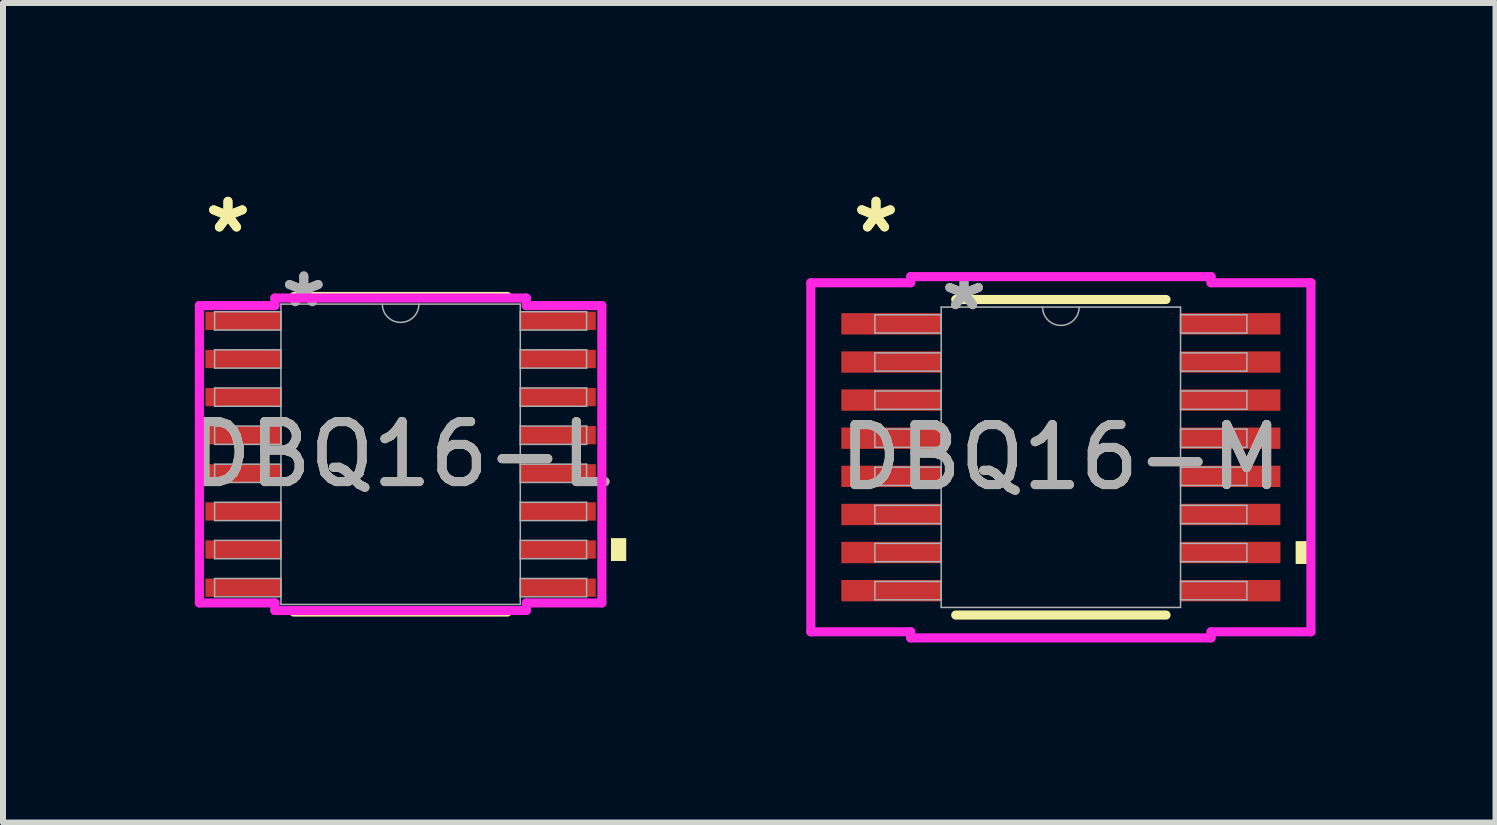
<source format=kicad_pcb>
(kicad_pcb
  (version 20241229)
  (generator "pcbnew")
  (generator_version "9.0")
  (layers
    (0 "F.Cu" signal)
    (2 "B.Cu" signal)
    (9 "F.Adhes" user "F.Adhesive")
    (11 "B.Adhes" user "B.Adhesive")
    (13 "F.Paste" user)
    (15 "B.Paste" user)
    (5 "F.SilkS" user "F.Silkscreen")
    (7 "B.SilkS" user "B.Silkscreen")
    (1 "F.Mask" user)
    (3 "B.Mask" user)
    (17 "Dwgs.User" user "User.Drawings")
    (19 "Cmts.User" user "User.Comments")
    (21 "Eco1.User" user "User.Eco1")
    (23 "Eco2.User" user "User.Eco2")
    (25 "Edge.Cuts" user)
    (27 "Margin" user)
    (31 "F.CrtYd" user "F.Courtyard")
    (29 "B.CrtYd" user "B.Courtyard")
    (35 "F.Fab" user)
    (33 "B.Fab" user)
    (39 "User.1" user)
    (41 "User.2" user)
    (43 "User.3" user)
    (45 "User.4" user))
  (footprint "DBQ16-L"
    (layer "F.Cu")
    (at 3.625 4.519)
    (property "Reference" "DBQ16-L" (at 0 0 0) (unlocked yes) (layer "F.SilkS") (effects (font (size 1 1) (thickness 0.15))))
    (attr smd)
    (fp_line (start -1.779 2.629) (end 1.779 2.629) (stroke (width 0.152) (type solid)) (layer "F.SilkS"))
    (fp_line (start 1.779 -2.629) (end -1.779 -2.629) (stroke (width 0.152) (type solid)) (layer "F.SilkS"))
    (fp_poly (pts (xy 3.759 1.397) (xy 3.759 1.778) (xy 3.505 1.778) (xy 3.505 1.397)) (stroke (width 0) (type solid)) (fill yes) (layer "F.SilkS"))
    (fp_line (start -3.353 -2.477) (end -2.095 -2.477) (stroke (width 0.152) (type solid)) (layer "F.CrtYd"))
    (fp_line (start -3.353 2.477) (end -3.353 -2.477) (stroke (width 0.152) (type solid)) (layer "F.CrtYd"))
    (fp_line (start -3.353 2.477) (end -2.095 2.477) (stroke (width 0.152) (type solid)) (layer "F.CrtYd"))
    (fp_line (start -2.095 -2.603) (end 2.095 -2.603) (stroke (width 0.152) (type solid)) (layer "F.CrtYd"))
    (fp_line (start -2.095 -2.477) (end -2.095 -2.603) (stroke (width 0.152) (type solid)) (layer "F.CrtYd"))
    (fp_line (start -2.095 2.603) (end -2.095 2.477) (stroke (width 0.152) (type solid)) (layer "F.CrtYd"))
    (fp_line (start 2.095 -2.603) (end 2.095 -2.477) (stroke (width 0.152) (type solid)) (layer "F.CrtYd"))
    (fp_line (start 2.095 2.477) (end 2.095 2.603) (stroke (width 0.152) (type solid)) (layer "F.CrtYd"))
    (fp_line (start 2.095 2.603) (end -2.095 2.603) (stroke (width 0.152) (type solid)) (layer "F.CrtYd"))
    (fp_line (start 3.353 -2.477) (end 2.095 -2.477) (stroke (width 0.152) (type solid)) (layer "F.CrtYd"))
    (fp_line (start 3.353 -2.477) (end 3.353 2.477) (stroke (width 0.152) (type solid)) (layer "F.CrtYd"))
    (fp_line (start 3.353 2.477) (end 2.095 2.477) (stroke (width 0.152) (type solid)) (layer "F.CrtYd"))
    (fp_line (start -3.099 -2.375) (end -3.099 -2.07) (stroke (width 0.025) (type solid)) (layer "F.Fab"))
    (fp_line (start -3.099 -2.07) (end -1.994 -2.07) (stroke (width 0.025) (type solid)) (layer "F.Fab"))
    (fp_line (start -3.099 -1.74) (end -3.099 -1.435) (stroke (width 0.025) (type solid)) (layer "F.Fab"))
    (fp_line (start -3.099 -1.435) (end -1.994 -1.435) (stroke (width 0.025) (type solid)) (layer "F.Fab"))
    (fp_line (start -3.099 -1.105) (end -3.099 -0.8) (stroke (width 0.025) (type solid)) (layer "F.Fab"))
    (fp_line (start -3.099 -0.8) (end -1.994 -0.8) (stroke (width 0.025) (type solid)) (layer "F.Fab"))
    (fp_line (start -3.099 -0.47) (end -3.099 -0.165) (stroke (width 0.025) (type solid)) (layer "F.Fab"))
    (fp_line (start -3.099 -0.165) (end -1.994 -0.165) (stroke (width 0.025) (type solid)) (layer "F.Fab"))
    (fp_line (start -3.099 0.165) (end -3.099 0.47) (stroke (width 0.025) (type solid)) (layer "F.Fab"))
    (fp_line (start -3.099 0.47) (end -1.994 0.47) (stroke (width 0.025) (type solid)) (layer "F.Fab"))
    (fp_line (start -3.099 0.8) (end -3.099 1.105) (stroke (width 0.025) (type solid)) (layer "F.Fab"))
    (fp_line (start -3.099 1.105) (end -1.994 1.105) (stroke (width 0.025) (type solid)) (layer "F.Fab"))
    (fp_line (start -3.099 1.435) (end -3.099 1.74) (stroke (width 0.025) (type solid)) (layer "F.Fab"))
    (fp_line (start -3.099 1.74) (end -1.994 1.74) (stroke (width 0.025) (type solid)) (layer "F.Fab"))
    (fp_line (start -3.099 2.07) (end -3.099 2.375) (stroke (width 0.025) (type solid)) (layer "F.Fab"))
    (fp_line (start -3.099 2.375) (end -1.994 2.375) (stroke (width 0.025) (type solid)) (layer "F.Fab"))
    (fp_line (start -1.994 -2.502) (end -1.994 2.502) (stroke (width 0.025) (type solid)) (layer "F.Fab"))
    (fp_line (start -1.994 -2.375) (end -3.099 -2.375) (stroke (width 0.025) (type solid)) (layer "F.Fab"))
    (fp_line (start -1.994 -2.07) (end -1.994 -2.375) (stroke (width 0.025) (type solid)) (layer "F.Fab"))
    (fp_line (start -1.994 -1.74) (end -3.099 -1.74) (stroke (width 0.025) (type solid)) (layer "F.Fab"))
    (fp_line (start -1.994 -1.435) (end -1.994 -1.74) (stroke (width 0.025) (type solid)) (layer "F.Fab"))
    (fp_line (start -1.994 -1.105) (end -3.099 -1.105) (stroke (width 0.025) (type solid)) (layer "F.Fab"))
    (fp_line (start -1.994 -0.8) (end -1.994 -1.105) (stroke (width 0.025) (type solid)) (layer "F.Fab"))
    (fp_line (start -1.994 -0.47) (end -3.099 -0.47) (stroke (width 0.025) (type solid)) (layer "F.Fab"))
    (fp_line (start -1.994 -0.165) (end -1.994 -0.47) (stroke (width 0.025) (type solid)) (layer "F.Fab"))
    (fp_line (start -1.994 0.165) (end -3.099 0.165) (stroke (width 0.025) (type solid)) (layer "F.Fab"))
    (fp_line (start -1.994 0.47) (end -1.994 0.165) (stroke (width 0.025) (type solid)) (layer "F.Fab"))
    (fp_line (start -1.994 0.8) (end -3.099 0.8) (stroke (width 0.025) (type solid)) (layer "F.Fab"))
    (fp_line (start -1.994 1.105) (end -1.994 0.8) (stroke (width 0.025) (type solid)) (layer "F.Fab"))
    (fp_line (start -1.994 1.435) (end -3.099 1.435) (stroke (width 0.025) (type solid)) (layer "F.Fab"))
    (fp_line (start -1.994 1.74) (end -1.994 1.435) (stroke (width 0.025) (type solid)) (layer "F.Fab"))
    (fp_line (start -1.994 2.07) (end -3.099 2.07) (stroke (width 0.025) (type solid)) (layer "F.Fab"))
    (fp_line (start -1.994 2.375) (end -1.994 2.07) (stroke (width 0.025) (type solid)) (layer "F.Fab"))
    (fp_line (start -1.994 2.502) (end 1.994 2.502) (stroke (width 0.025) (type solid)) (layer "F.Fab"))
    (fp_line (start 1.994 -2.502) (end -1.994 -2.502) (stroke (width 0.025) (type solid)) (layer "F.Fab"))
    (fp_line (start 1.994 -2.375) (end 1.994 -2.07) (stroke (width 0.025) (type solid)) (layer "F.Fab"))
    (fp_line (start 1.994 -2.07) (end 3.099 -2.07) (stroke (width 0.025) (type solid)) (layer "F.Fab"))
    (fp_line (start 1.994 -1.74) (end 1.994 -1.435) (stroke (width 0.025) (type solid)) (layer "F.Fab"))
    (fp_line (start 1.994 -1.435) (end 3.099 -1.435) (stroke (width 0.025) (type solid)) (layer "F.Fab"))
    (fp_line (start 1.994 -1.105) (end 1.994 -0.8) (stroke (width 0.025) (type solid)) (layer "F.Fab"))
    (fp_line (start 1.994 -0.8) (end 3.099 -0.8) (stroke (width 0.025) (type solid)) (layer "F.Fab"))
    (fp_line (start 1.994 -0.47) (end 1.994 -0.165) (stroke (width 0.025) (type solid)) (layer "F.Fab"))
    (fp_line (start 1.994 -0.165) (end 3.099 -0.165) (stroke (width 0.025) (type solid)) (layer "F.Fab"))
    (fp_line (start 1.994 0.165) (end 1.994 0.47) (stroke (width 0.025) (type solid)) (layer "F.Fab"))
    (fp_line (start 1.994 0.47) (end 3.099 0.47) (stroke (width 0.025) (type solid)) (layer "F.Fab"))
    (fp_line (start 1.994 0.8) (end 1.994 1.105) (stroke (width 0.025) (type solid)) (layer "F.Fab"))
    (fp_line (start 1.994 1.105) (end 3.099 1.105) (stroke (width 0.025) (type solid)) (layer "F.Fab"))
    (fp_line (start 1.994 1.435) (end 1.994 1.74) (stroke (width 0.025) (type solid)) (layer "F.Fab"))
    (fp_line (start 1.994 1.74) (end 3.099 1.74) (stroke (width 0.025) (type solid)) (layer "F.Fab"))
    (fp_line (start 1.994 2.07) (end 1.994 2.375) (stroke (width 0.025) (type solid)) (layer "F.Fab"))
    (fp_line (start 1.994 2.375) (end 3.099 2.375) (stroke (width 0.025) (type solid)) (layer "F.Fab"))
    (fp_line (start 1.994 2.502) (end 1.994 -2.502) (stroke (width 0.025) (type solid)) (layer "F.Fab"))
    (fp_line (start 3.099 -2.375) (end 1.994 -2.375) (stroke (width 0.025) (type solid)) (layer "F.Fab"))
    (fp_line (start 3.099 -2.07) (end 3.099 -2.375) (stroke (width 0.025) (type solid)) (layer "F.Fab"))
    (fp_line (start 3.099 -1.74) (end 1.994 -1.74) (stroke (width 0.025) (type solid)) (layer "F.Fab"))
    (fp_line (start 3.099 -1.435) (end 3.099 -1.74) (stroke (width 0.025) (type solid)) (layer "F.Fab"))
    (fp_line (start 3.099 -1.105) (end 1.994 -1.105) (stroke (width 0.025) (type solid)) (layer "F.Fab"))
    (fp_line (start 3.099 -0.8) (end 3.099 -1.105) (stroke (width 0.025) (type solid)) (layer "F.Fab"))
    (fp_line (start 3.099 -0.47) (end 1.994 -0.47) (stroke (width 0.025) (type solid)) (layer "F.Fab"))
    (fp_line (start 3.099 -0.165) (end 3.099 -0.47) (stroke (width 0.025) (type solid)) (layer "F.Fab"))
    (fp_line (start 3.099 0.165) (end 1.994 0.165) (stroke (width 0.025) (type solid)) (layer "F.Fab"))
    (fp_line (start 3.099 0.47) (end 3.099 0.165) (stroke (width 0.025) (type solid)) (layer "F.Fab"))
    (fp_line (start 3.099 0.8) (end 1.994 0.8) (stroke (width 0.025) (type solid)) (layer "F.Fab"))
    (fp_line (start 3.099 1.105) (end 3.099 0.8) (stroke (width 0.025) (type solid)) (layer "F.Fab"))
    (fp_line (start 3.099 1.435) (end 1.994 1.435) (stroke (width 0.025) (type solid)) (layer "F.Fab"))
    (fp_line (start 3.099 1.74) (end 3.099 1.435) (stroke (width 0.025) (type solid)) (layer "F.Fab"))
    (fp_line (start 3.099 2.07) (end 1.994 2.07) (stroke (width 0.025) (type solid)) (layer "F.Fab"))
    (fp_line (start 3.099 2.375) (end 3.099 2.07) (stroke (width 0.025) (type solid)) (layer "F.Fab"))
    (fp_arc (start 0.3048 -2.5019) (mid 0 -2.1971) (end -0.3048 -2.5019) (stroke (width 0.0254) (type solid)) (layer "F.Fab"))
    (fp_text user "*" (at -2.877 -3.67 0) (unlocked yes) (layer "F.SilkS") (effects (font (size 1 1) (thickness 0.15))))
    (fp_text user "*" (at -2.877 -3.67 0) (layer "F.SilkS") (effects (font (size 1 1) (thickness 0.15))))
    (fp_text user "*" (at -1.613 -2.426 0) (layer "F.Fab") (effects (font (size 1 1) (thickness 0.15))))
    (fp_text user "${REFERENCE}" (at 0 0 0) (unlocked yes) (layer "F.Fab") (effects (font (size 1 1) (thickness 0.15))))
    (fp_text user "*" (at -1.613 -2.426 0) (unlocked yes) (layer "F.Fab") (effects (font (size 1 1) (thickness 0.15))))
    (pad "1" smd rect (at -2.623 -2.223) (size 1.257 0.305) (layers "F.Cu" "F.Mask" "F.Paste"))
    (pad "2" smd rect (at -2.623 -1.587) (size 1.257 0.305) (layers "F.Cu" "F.Mask" "F.Paste"))
    (pad "3" smd rect (at -2.623 -0.953) (size 1.257 0.305) (layers "F.Cu" "F.Mask" "F.Paste"))
    (pad "4" smd rect (at -2.623 -0.318) (size 1.257 0.305) (layers "F.Cu" "F.Mask" "F.Paste"))
    (pad "5" smd rect (at -2.623 0.318) (size 1.257 0.305) (layers "F.Cu" "F.Mask" "F.Paste"))
    (pad "6" smd rect (at -2.623 0.953) (size 1.257 0.305) (layers "F.Cu" "F.Mask" "F.Paste"))
    (pad "7" smd rect (at -2.623 1.587) (size 1.257 0.305) (layers "F.Cu" "F.Mask" "F.Paste"))
    (pad "8" smd rect (at -2.623 2.223) (size 1.257 0.305) (layers "F.Cu" "F.Mask" "F.Paste"))
    (pad "9" smd rect (at 2.623 2.223) (size 1.257 0.305) (layers "F.Cu" "F.Mask" "F.Paste"))
    (pad "10" smd rect (at 2.623 1.587) (size 1.257 0.305) (layers "F.Cu" "F.Mask" "F.Paste"))
    (pad "11" smd rect (at 2.623 0.953) (size 1.257 0.305) (layers "F.Cu" "F.Mask" "F.Paste"))
    (pad "12" smd rect (at 2.623 0.318) (size 1.257 0.305) (layers "F.Cu" "F.Mask" "F.Paste"))
    (pad "13" smd rect (at 2.623 -0.318) (size 1.257 0.305) (layers "F.Cu" "F.Mask" "F.Paste"))
    (pad "14" smd rect (at 2.623 -0.953) (size 1.257 0.305) (layers "F.Cu" "F.Mask" "F.Paste"))
    (pad "15" smd rect (at 2.623 -1.587) (size 1.257 0.305) (layers "F.Cu" "F.Mask" "F.Paste"))
    (pad "16" smd rect (at 2.623 -2.223) (size 1.257 0.305) (layers "F.Cu" "F.Mask" "F.Paste")))
  (footprint "DBQ16-M"
    (layer "F.Cu")
    (at 14.626 4.569)
    (property "Reference" "DBQ16-M" (at 0 0 0) (unlocked yes) (layer "F.SilkS") (effects (font (size 1 1) (thickness 0.15))))
    (attr smd)
    (fp_line (start -1.752 2.629) (end 1.752 2.629) (stroke (width 0.152) (type solid)) (layer "F.SilkS"))
    (fp_line (start 1.752 -2.629) (end -1.752 -2.629) (stroke (width 0.152) (type solid)) (layer "F.SilkS"))
    (fp_poly (pts (xy 4.166 1.397) (xy 4.166 1.778) (xy 3.912 1.778) (xy 3.912 1.397)) (stroke (width 0) (type solid)) (fill yes) (layer "F.SilkS"))
    (fp_line (start -4.166 -2.908) (end -2.502 -2.908) (stroke (width 0.152) (type solid)) (layer "F.CrtYd"))
    (fp_line (start -4.166 2.908) (end -4.166 -2.908) (stroke (width 0.152) (type solid)) (layer "F.CrtYd"))
    (fp_line (start -4.166 2.908) (end -2.502 2.908) (stroke (width 0.152) (type solid)) (layer "F.CrtYd"))
    (fp_line (start -2.502 -3.01) (end 2.502 -3.01) (stroke (width 0.152) (type solid)) (layer "F.CrtYd"))
    (fp_line (start -2.502 -2.908) (end -2.502 -3.01) (stroke (width 0.152) (type solid)) (layer "F.CrtYd"))
    (fp_line (start -2.502 3.01) (end -2.502 2.908) (stroke (width 0.152) (type solid)) (layer "F.CrtYd"))
    (fp_line (start 2.502 -3.01) (end 2.502 -2.908) (stroke (width 0.152) (type solid)) (layer "F.CrtYd"))
    (fp_line (start 2.502 2.908) (end 2.502 3.01) (stroke (width 0.152) (type solid)) (layer "F.CrtYd"))
    (fp_line (start 2.502 3.01) (end -2.502 3.01) (stroke (width 0.152) (type solid)) (layer "F.CrtYd"))
    (fp_line (start 4.166 -2.908) (end 2.502 -2.908) (stroke (width 0.152) (type solid)) (layer "F.CrtYd"))
    (fp_line (start 4.166 -2.908) (end 4.166 2.908) (stroke (width 0.152) (type solid)) (layer "F.CrtYd"))
    (fp_line (start 4.166 2.908) (end 2.502 2.908) (stroke (width 0.152) (type solid)) (layer "F.CrtYd"))
    (fp_line (start -3.099 -2.375) (end -3.099 -2.07) (stroke (width 0.025) (type solid)) (layer "F.Fab"))
    (fp_line (start -3.099 -2.07) (end -1.994 -2.07) (stroke (width 0.025) (type solid)) (layer "F.Fab"))
    (fp_line (start -3.099 -1.74) (end -3.099 -1.435) (stroke (width 0.025) (type solid)) (layer "F.Fab"))
    (fp_line (start -3.099 -1.435) (end -1.994 -1.435) (stroke (width 0.025) (type solid)) (layer "F.Fab"))
    (fp_line (start -3.099 -1.105) (end -3.099 -0.8) (stroke (width 0.025) (type solid)) (layer "F.Fab"))
    (fp_line (start -3.099 -0.8) (end -1.994 -0.8) (stroke (width 0.025) (type solid)) (layer "F.Fab"))
    (fp_line (start -3.099 -0.47) (end -3.099 -0.165) (stroke (width 0.025) (type solid)) (layer "F.Fab"))
    (fp_line (start -3.099 -0.165) (end -1.994 -0.165) (stroke (width 0.025) (type solid)) (layer "F.Fab"))
    (fp_line (start -3.099 0.165) (end -3.099 0.47) (stroke (width 0.025) (type solid)) (layer "F.Fab"))
    (fp_line (start -3.099 0.47) (end -1.994 0.47) (stroke (width 0.025) (type solid)) (layer "F.Fab"))
    (fp_line (start -3.099 0.8) (end -3.099 1.105) (stroke (width 0.025) (type solid)) (layer "F.Fab"))
    (fp_line (start -3.099 1.105) (end -1.994 1.105) (stroke (width 0.025) (type solid)) (layer "F.Fab"))
    (fp_line (start -3.099 1.435) (end -3.099 1.74) (stroke (width 0.025) (type solid)) (layer "F.Fab"))
    (fp_line (start -3.099 1.74) (end -1.994 1.74) (stroke (width 0.025) (type solid)) (layer "F.Fab"))
    (fp_line (start -3.099 2.07) (end -3.099 2.375) (stroke (width 0.025) (type solid)) (layer "F.Fab"))
    (fp_line (start -3.099 2.375) (end -1.994 2.375) (stroke (width 0.025) (type solid)) (layer "F.Fab"))
    (fp_line (start -1.994 -2.502) (end -1.994 2.502) (stroke (width 0.025) (type solid)) (layer "F.Fab"))
    (fp_line (start -1.994 -2.375) (end -3.099 -2.375) (stroke (width 0.025) (type solid)) (layer "F.Fab"))
    (fp_line (start -1.994 -2.07) (end -1.994 -2.375) (stroke (width 0.025) (type solid)) (layer "F.Fab"))
    (fp_line (start -1.994 -1.74) (end -3.099 -1.74) (stroke (width 0.025) (type solid)) (layer "F.Fab"))
    (fp_line (start -1.994 -1.435) (end -1.994 -1.74) (stroke (width 0.025) (type solid)) (layer "F.Fab"))
    (fp_line (start -1.994 -1.105) (end -3.099 -1.105) (stroke (width 0.025) (type solid)) (layer "F.Fab"))
    (fp_line (start -1.994 -0.8) (end -1.994 -1.105) (stroke (width 0.025) (type solid)) (layer "F.Fab"))
    (fp_line (start -1.994 -0.47) (end -3.099 -0.47) (stroke (width 0.025) (type solid)) (layer "F.Fab"))
    (fp_line (start -1.994 -0.165) (end -1.994 -0.47) (stroke (width 0.025) (type solid)) (layer "F.Fab"))
    (fp_line (start -1.994 0.165) (end -3.099 0.165) (stroke (width 0.025) (type solid)) (layer "F.Fab"))
    (fp_line (start -1.994 0.47) (end -1.994 0.165) (stroke (width 0.025) (type solid)) (layer "F.Fab"))
    (fp_line (start -1.994 0.8) (end -3.099 0.8) (stroke (width 0.025) (type solid)) (layer "F.Fab"))
    (fp_line (start -1.994 1.105) (end -1.994 0.8) (stroke (width 0.025) (type solid)) (layer "F.Fab"))
    (fp_line (start -1.994 1.435) (end -3.099 1.435) (stroke (width 0.025) (type solid)) (layer "F.Fab"))
    (fp_line (start -1.994 1.74) (end -1.994 1.435) (stroke (width 0.025) (type solid)) (layer "F.Fab"))
    (fp_line (start -1.994 2.07) (end -3.099 2.07) (stroke (width 0.025) (type solid)) (layer "F.Fab"))
    (fp_line (start -1.994 2.375) (end -1.994 2.07) (stroke (width 0.025) (type solid)) (layer "F.Fab"))
    (fp_line (start -1.994 2.502) (end 1.994 2.502) (stroke (width 0.025) (type solid)) (layer "F.Fab"))
    (fp_line (start 1.994 -2.502) (end -1.994 -2.502) (stroke (width 0.025) (type solid)) (layer "F.Fab"))
    (fp_line (start 1.994 -2.375) (end 1.994 -2.07) (stroke (width 0.025) (type solid)) (layer "F.Fab"))
    (fp_line (start 1.994 -2.07) (end 3.099 -2.07) (stroke (width 0.025) (type solid)) (layer "F.Fab"))
    (fp_line (start 1.994 -1.74) (end 1.994 -1.435) (stroke (width 0.025) (type solid)) (layer "F.Fab"))
    (fp_line (start 1.994 -1.435) (end 3.099 -1.435) (stroke (width 0.025) (type solid)) (layer "F.Fab"))
    (fp_line (start 1.994 -1.105) (end 1.994 -0.8) (stroke (width 0.025) (type solid)) (layer "F.Fab"))
    (fp_line (start 1.994 -0.8) (end 3.099 -0.8) (stroke (width 0.025) (type solid)) (layer "F.Fab"))
    (fp_line (start 1.994 -0.47) (end 1.994 -0.165) (stroke (width 0.025) (type solid)) (layer "F.Fab"))
    (fp_line (start 1.994 -0.165) (end 3.099 -0.165) (stroke (width 0.025) (type solid)) (layer "F.Fab"))
    (fp_line (start 1.994 0.165) (end 1.994 0.47) (stroke (width 0.025) (type solid)) (layer "F.Fab"))
    (fp_line (start 1.994 0.47) (end 3.099 0.47) (stroke (width 0.025) (type solid)) (layer "F.Fab"))
    (fp_line (start 1.994 0.8) (end 1.994 1.105) (stroke (width 0.025) (type solid)) (layer "F.Fab"))
    (fp_line (start 1.994 1.105) (end 3.099 1.105) (stroke (width 0.025) (type solid)) (layer "F.Fab"))
    (fp_line (start 1.994 1.435) (end 1.994 1.74) (stroke (width 0.025) (type solid)) (layer "F.Fab"))
    (fp_line (start 1.994 1.74) (end 3.099 1.74) (stroke (width 0.025) (type solid)) (layer "F.Fab"))
    (fp_line (start 1.994 2.07) (end 1.994 2.375) (stroke (width 0.025) (type solid)) (layer "F.Fab"))
    (fp_line (start 1.994 2.375) (end 3.099 2.375) (stroke (width 0.025) (type solid)) (layer "F.Fab"))
    (fp_line (start 1.994 2.502) (end 1.994 -2.502) (stroke (width 0.025) (type solid)) (layer "F.Fab"))
    (fp_line (start 3.099 -2.375) (end 1.994 -2.375) (stroke (width 0.025) (type solid)) (layer "F.Fab"))
    (fp_line (start 3.099 -2.07) (end 3.099 -2.375) (stroke (width 0.025) (type solid)) (layer "F.Fab"))
    (fp_line (start 3.099 -1.74) (end 1.994 -1.74) (stroke (width 0.025) (type solid)) (layer "F.Fab"))
    (fp_line (start 3.099 -1.435) (end 3.099 -1.74) (stroke (width 0.025) (type solid)) (layer "F.Fab"))
    (fp_line (start 3.099 -1.105) (end 1.994 -1.105) (stroke (width 0.025) (type solid)) (layer "F.Fab"))
    (fp_line (start 3.099 -0.8) (end 3.099 -1.105) (stroke (width 0.025) (type solid)) (layer "F.Fab"))
    (fp_line (start 3.099 -0.47) (end 1.994 -0.47) (stroke (width 0.025) (type solid)) (layer "F.Fab"))
    (fp_line (start 3.099 -0.165) (end 3.099 -0.47) (stroke (width 0.025) (type solid)) (layer "F.Fab"))
    (fp_line (start 3.099 0.165) (end 1.994 0.165) (stroke (width 0.025) (type solid)) (layer "F.Fab"))
    (fp_line (start 3.099 0.47) (end 3.099 0.165) (stroke (width 0.025) (type solid)) (layer "F.Fab"))
    (fp_line (start 3.099 0.8) (end 1.994 0.8) (stroke (width 0.025) (type solid)) (layer "F.Fab"))
    (fp_line (start 3.099 1.105) (end 3.099 0.8) (stroke (width 0.025) (type solid)) (layer "F.Fab"))
    (fp_line (start 3.099 1.435) (end 1.994 1.435) (stroke (width 0.025) (type solid)) (layer "F.Fab"))
    (fp_line (start 3.099 1.74) (end 3.099 1.435) (stroke (width 0.025) (type solid)) (layer "F.Fab"))
    (fp_line (start 3.099 2.07) (end 1.994 2.07) (stroke (width 0.025) (type solid)) (layer "F.Fab"))
    (fp_line (start 3.099 2.375) (end 3.099 2.07) (stroke (width 0.025) (type solid)) (layer "F.Fab"))
    (fp_arc (start 0.3048 -2.5019) (mid 0 -2.1971) (end -0.3048 -2.5019) (stroke (width 0.0254) (type solid)) (layer "F.Fab"))
    (fp_text user "*" (at -3.08 -3.721 0) (layer "F.SilkS") (effects (font (size 1 1) (thickness 0.15))))
    (fp_text user "*" (at -3.08 -3.721 0) (unlocked yes) (layer "F.SilkS") (effects (font (size 1 1) (thickness 0.15))))
    (fp_text user "*" (at -1.613 -2.426 0) (unlocked yes) (layer "F.Fab") (effects (font (size 1 1) (thickness 0.15))))
    (fp_text user "*" (at -1.613 -2.426 0) (layer "F.Fab") (effects (font (size 1 1) (thickness 0.15))))
    (fp_text user "${REFERENCE}" (at 0 0 0) (unlocked yes) (layer "F.Fab") (effects (font (size 1 1) (thickness 0.15))))
    (pad "1" smd rect (at -2.826 -2.223) (size 1.664 0.356) (layers "F.Cu" "F.Mask" "F.Paste"))
    (pad "2" smd rect (at -2.826 -1.587) (size 1.664 0.356) (layers "F.Cu" "F.Mask" "F.Paste"))
    (pad "3" smd rect (at -2.826 -0.953) (size 1.664 0.356) (layers "F.Cu" "F.Mask" "F.Paste"))
    (pad "4" smd rect (at -2.826 -0.318) (size 1.664 0.356) (layers "F.Cu" "F.Mask" "F.Paste"))
    (pad "5" smd rect (at -2.826 0.318) (size 1.664 0.356) (layers "F.Cu" "F.Mask" "F.Paste"))
    (pad "6" smd rect (at -2.826 0.953) (size 1.664 0.356) (layers "F.Cu" "F.Mask" "F.Paste"))
    (pad "7" smd rect (at -2.826 1.587) (size 1.664 0.356) (layers "F.Cu" "F.Mask" "F.Paste"))
    (pad "8" smd rect (at -2.826 2.223) (size 1.664 0.356) (layers "F.Cu" "F.Mask" "F.Paste"))
    (pad "9" smd rect (at 2.826 2.223) (size 1.664 0.356) (layers "F.Cu" "F.Mask" "F.Paste"))
    (pad "10" smd rect (at 2.826 1.587) (size 1.664 0.356) (layers "F.Cu" "F.Mask" "F.Paste"))
    (pad "11" smd rect (at 2.826 0.953) (size 1.664 0.356) (layers "F.Cu" "F.Mask" "F.Paste"))
    (pad "12" smd rect (at 2.826 0.318) (size 1.664 0.356) (layers "F.Cu" "F.Mask" "F.Paste"))
    (pad "13" smd rect (at 2.826 -0.318) (size 1.664 0.356) (layers "F.Cu" "F.Mask" "F.Paste"))
    (pad "14" smd rect (at 2.826 -0.953) (size 1.664 0.356) (layers "F.Cu" "F.Mask" "F.Paste"))
    (pad "15" smd rect (at 2.826 -1.587) (size 1.664 0.356) (layers "F.Cu" "F.Mask" "F.Paste"))
    (pad "16" smd rect (at 2.826 -2.223) (size 1.664 0.356) (layers "F.Cu" "F.Mask" "F.Paste")))
  (gr_rect
    (start -3 -3)
    (end 21.868 10.655)
    (stroke (width 0.1) (type default))
    (fill no)
    (layer "Edge.Cuts")))
</source>
